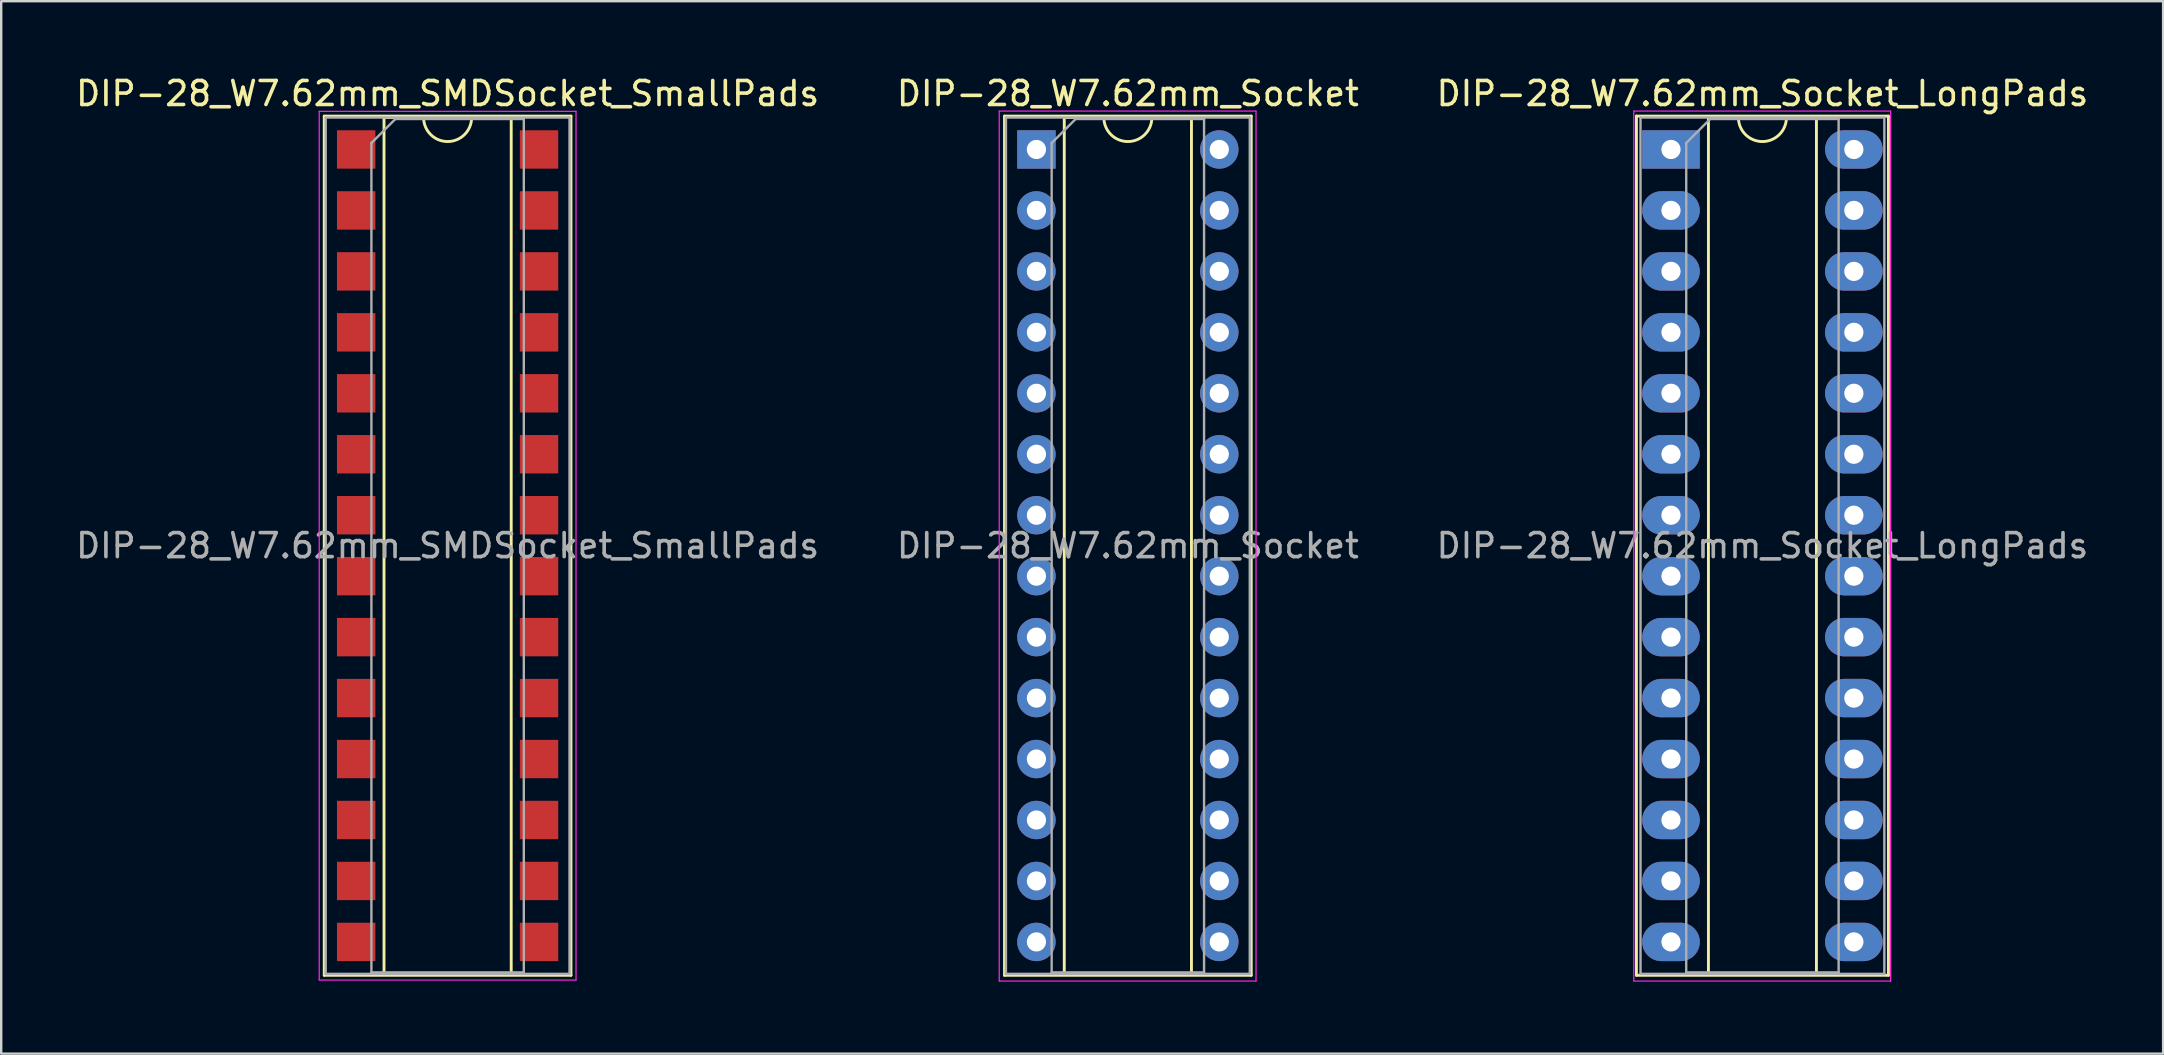
<source format=kicad_pcb>
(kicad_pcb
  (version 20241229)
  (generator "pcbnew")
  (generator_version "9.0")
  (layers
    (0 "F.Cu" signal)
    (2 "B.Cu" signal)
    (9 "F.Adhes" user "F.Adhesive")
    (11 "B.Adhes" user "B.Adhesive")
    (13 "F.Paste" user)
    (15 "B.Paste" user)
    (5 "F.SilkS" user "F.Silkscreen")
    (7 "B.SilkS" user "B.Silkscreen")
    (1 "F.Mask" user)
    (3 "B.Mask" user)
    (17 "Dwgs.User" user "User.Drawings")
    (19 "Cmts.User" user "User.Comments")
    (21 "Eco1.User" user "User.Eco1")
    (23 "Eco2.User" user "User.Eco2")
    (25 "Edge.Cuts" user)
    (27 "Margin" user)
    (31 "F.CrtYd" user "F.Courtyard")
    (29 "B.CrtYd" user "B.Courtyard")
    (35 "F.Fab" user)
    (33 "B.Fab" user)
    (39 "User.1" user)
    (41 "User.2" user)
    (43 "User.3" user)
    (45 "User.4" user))
  (footprint "DIP-28_W7.62mm_Socket"
    (layer "F.Cu")
    (at 40.136 3.178)
    (property "Reference" "DIP-28_W7.62mm_Socket" (at 3.81 -2.33 0) (layer "F.SilkS") (effects (font (size 1 1) (thickness 0.15))))
    (attr through_hole)
    (fp_line (start -1.33 -1.39) (end -1.33 34.41) (stroke (width 0.12) (type solid)) (layer "F.SilkS"))
    (fp_line (start -1.33 34.41) (end 8.95 34.41) (stroke (width 0.12) (type solid)) (layer "F.SilkS"))
    (fp_line (start 1.16 -1.33) (end 1.16 34.35) (stroke (width 0.12) (type solid)) (layer "F.SilkS"))
    (fp_line (start 1.16 34.35) (end 6.46 34.35) (stroke (width 0.12) (type solid)) (layer "F.SilkS"))
    (fp_line (start 2.81 -1.33) (end 1.16 -1.33) (stroke (width 0.12) (type solid)) (layer "F.SilkS"))
    (fp_line (start 6.46 -1.33) (end 4.81 -1.33) (stroke (width 0.12) (type solid)) (layer "F.SilkS"))
    (fp_line (start 6.46 34.35) (end 6.46 -1.33) (stroke (width 0.12) (type solid)) (layer "F.SilkS"))
    (fp_line (start 8.95 -1.39) (end -1.33 -1.39) (stroke (width 0.12) (type solid)) (layer "F.SilkS"))
    (fp_line (start 8.95 34.41) (end 8.95 -1.39) (stroke (width 0.12) (type solid)) (layer "F.SilkS"))
    (fp_arc (start 4.81 -1.33) (mid 3.81 -0.33) (end 2.81 -1.33) (stroke (width 0.12) (type solid)) (layer "F.SilkS"))
    (fp_line (start -1.55 -1.6) (end -1.55 34.65) (stroke (width 0.05) (type solid)) (layer "F.CrtYd"))
    (fp_line (start -1.55 34.65) (end 9.15 34.65) (stroke (width 0.05) (type solid)) (layer "F.CrtYd"))
    (fp_line (start 9.15 -1.6) (end -1.55 -1.6) (stroke (width 0.05) (type solid)) (layer "F.CrtYd"))
    (fp_line (start 9.15 34.65) (end 9.15 -1.6) (stroke (width 0.05) (type solid)) (layer "F.CrtYd"))
    (fp_line (start -1.27 -1.33) (end -1.27 34.35) (stroke (width 0.1) (type solid)) (layer "F.Fab"))
    (fp_line (start -1.27 34.35) (end 8.89 34.35) (stroke (width 0.1) (type solid)) (layer "F.Fab"))
    (fp_line (start 0.635 -0.27) (end 1.635 -1.27) (stroke (width 0.1) (type solid)) (layer "F.Fab"))
    (fp_line (start 0.635 34.29) (end 0.635 -0.27) (stroke (width 0.1) (type solid)) (layer "F.Fab"))
    (fp_line (start 1.635 -1.27) (end 6.985 -1.27) (stroke (width 0.1) (type solid)) (layer "F.Fab"))
    (fp_line (start 6.985 -1.27) (end 6.985 34.29) (stroke (width 0.1) (type solid)) (layer "F.Fab"))
    (fp_line (start 6.985 34.29) (end 0.635 34.29) (stroke (width 0.1) (type solid)) (layer "F.Fab"))
    (fp_line (start 8.89 -1.33) (end -1.27 -1.33) (stroke (width 0.1) (type solid)) (layer "F.Fab"))
    (fp_line (start 8.89 34.35) (end 8.89 -1.33) (stroke (width 0.1) (type solid)) (layer "F.Fab"))
    (fp_text user "${REFERENCE}" (at 3.81 16.51 0) (layer "F.Fab") (effects (font (size 1 1) (thickness 0.15))))
    (pad "1" thru_hole rect (at 0 0) (size 1.6 1.6) (drill 0.8) (layers "*.Cu" "*.Mask"))
    (pad "2" thru_hole oval (at 0 2.54) (size 1.6 1.6) (drill 0.8) (layers "*.Cu" "*.Mask"))
    (pad "3" thru_hole oval (at 0 5.08) (size 1.6 1.6) (drill 0.8) (layers "*.Cu" "*.Mask"))
    (pad "4" thru_hole oval (at 0 7.62) (size 1.6 1.6) (drill 0.8) (layers "*.Cu" "*.Mask"))
    (pad "5" thru_hole oval (at 0 10.16) (size 1.6 1.6) (drill 0.8) (layers "*.Cu" "*.Mask"))
    (pad "6" thru_hole oval (at 0 12.7) (size 1.6 1.6) (drill 0.8) (layers "*.Cu" "*.Mask"))
    (pad "7" thru_hole oval (at 0 15.24) (size 1.6 1.6) (drill 0.8) (layers "*.Cu" "*.Mask"))
    (pad "8" thru_hole oval (at 0 17.78) (size 1.6 1.6) (drill 0.8) (layers "*.Cu" "*.Mask"))
    (pad "9" thru_hole oval (at 0 20.32) (size 1.6 1.6) (drill 0.8) (layers "*.Cu" "*.Mask"))
    (pad "10" thru_hole oval (at 0 22.86) (size 1.6 1.6) (drill 0.8) (layers "*.Cu" "*.Mask"))
    (pad "11" thru_hole oval (at 0 25.4) (size 1.6 1.6) (drill 0.8) (layers "*.Cu" "*.Mask"))
    (pad "12" thru_hole oval (at 0 27.94) (size 1.6 1.6) (drill 0.8) (layers "*.Cu" "*.Mask"))
    (pad "13" thru_hole oval (at 0 30.48) (size 1.6 1.6) (drill 0.8) (layers "*.Cu" "*.Mask"))
    (pad "14" thru_hole oval (at 0 33.02) (size 1.6 1.6) (drill 0.8) (layers "*.Cu" "*.Mask"))
    (pad "15" thru_hole oval (at 7.62 33.02) (size 1.6 1.6) (drill 0.8) (layers "*.Cu" "*.Mask"))
    (pad "16" thru_hole oval (at 7.62 30.48) (size 1.6 1.6) (drill 0.8) (layers "*.Cu" "*.Mask"))
    (pad "17" thru_hole oval (at 7.62 27.94) (size 1.6 1.6) (drill 0.8) (layers "*.Cu" "*.Mask"))
    (pad "18" thru_hole oval (at 7.62 25.4) (size 1.6 1.6) (drill 0.8) (layers "*.Cu" "*.Mask"))
    (pad "19" thru_hole oval (at 7.62 22.86) (size 1.6 1.6) (drill 0.8) (layers "*.Cu" "*.Mask"))
    (pad "20" thru_hole oval (at 7.62 20.32) (size 1.6 1.6) (drill 0.8) (layers "*.Cu" "*.Mask"))
    (pad "21" thru_hole oval (at 7.62 17.78) (size 1.6 1.6) (drill 0.8) (layers "*.Cu" "*.Mask"))
    (pad "22" thru_hole oval (at 7.62 15.24) (size 1.6 1.6) (drill 0.8) (layers "*.Cu" "*.Mask"))
    (pad "23" thru_hole oval (at 7.62 12.7) (size 1.6 1.6) (drill 0.8) (layers "*.Cu" "*.Mask"))
    (pad "24" thru_hole oval (at 7.62 10.16) (size 1.6 1.6) (drill 0.8) (layers "*.Cu" "*.Mask"))
    (pad "25" thru_hole oval (at 7.62 7.62) (size 1.6 1.6) (drill 0.8) (layers "*.Cu" "*.Mask"))
    (pad "26" thru_hole oval (at 7.62 5.08) (size 1.6 1.6) (drill 0.8) (layers "*.Cu" "*.Mask"))
    (pad "27" thru_hole oval (at 7.62 2.54) (size 1.6 1.6) (drill 0.8) (layers "*.Cu" "*.Mask"))
    (pad "28" thru_hole oval (at 7.62 0) (size 1.6 1.6) (drill 0.8) (layers "*.Cu" "*.Mask")))
  (footprint "DIP-28_W7.62mm_Socket_LongPads"
    (layer "F.Cu")
    (at 66.577 3.178)
    (property "Reference" "DIP-28_W7.62mm_Socket_LongPads" (at 3.81 -2.33 0) (layer "F.SilkS") (effects (font (size 1 1) (thickness 0.15))))
    (attr through_hole)
    (fp_line (start -1.44 -1.39) (end -1.44 34.41) (stroke (width 0.12) (type solid)) (layer "F.SilkS"))
    (fp_line (start -1.44 34.41) (end 9.06 34.41) (stroke (width 0.12) (type solid)) (layer "F.SilkS"))
    (fp_line (start 1.56 -1.33) (end 1.56 34.35) (stroke (width 0.12) (type solid)) (layer "F.SilkS"))
    (fp_line (start 1.56 34.35) (end 6.06 34.35) (stroke (width 0.12) (type solid)) (layer "F.SilkS"))
    (fp_line (start 2.81 -1.33) (end 1.56 -1.33) (stroke (width 0.12) (type solid)) (layer "F.SilkS"))
    (fp_line (start 6.06 -1.33) (end 4.81 -1.33) (stroke (width 0.12) (type solid)) (layer "F.SilkS"))
    (fp_line (start 6.06 34.35) (end 6.06 -1.33) (stroke (width 0.12) (type solid)) (layer "F.SilkS"))
    (fp_line (start 9.06 -1.39) (end -1.44 -1.39) (stroke (width 0.12) (type solid)) (layer "F.SilkS"))
    (fp_line (start 9.06 34.41) (end 9.06 -1.39) (stroke (width 0.12) (type solid)) (layer "F.SilkS"))
    (fp_arc (start 4.81 -1.33) (mid 3.81 -0.33) (end 2.81 -1.33) (stroke (width 0.12) (type solid)) (layer "F.SilkS"))
    (fp_line (start -1.55 -1.6) (end -1.55 34.65) (stroke (width 0.05) (type solid)) (layer "F.CrtYd"))
    (fp_line (start -1.55 34.65) (end 9.15 34.65) (stroke (width 0.05) (type solid)) (layer "F.CrtYd"))
    (fp_line (start 9.15 -1.6) (end -1.55 -1.6) (stroke (width 0.05) (type solid)) (layer "F.CrtYd"))
    (fp_line (start 9.15 34.65) (end 9.15 -1.6) (stroke (width 0.05) (type solid)) (layer "F.CrtYd"))
    (fp_line (start -1.27 -1.33) (end -1.27 34.35) (stroke (width 0.1) (type solid)) (layer "F.Fab"))
    (fp_line (start -1.27 34.35) (end 8.89 34.35) (stroke (width 0.1) (type solid)) (layer "F.Fab"))
    (fp_line (start 0.635 -0.27) (end 1.635 -1.27) (stroke (width 0.1) (type solid)) (layer "F.Fab"))
    (fp_line (start 0.635 34.29) (end 0.635 -0.27) (stroke (width 0.1) (type solid)) (layer "F.Fab"))
    (fp_line (start 1.635 -1.27) (end 6.985 -1.27) (stroke (width 0.1) (type solid)) (layer "F.Fab"))
    (fp_line (start 6.985 -1.27) (end 6.985 34.29) (stroke (width 0.1) (type solid)) (layer "F.Fab"))
    (fp_line (start 6.985 34.29) (end 0.635 34.29) (stroke (width 0.1) (type solid)) (layer "F.Fab"))
    (fp_line (start 8.89 -1.33) (end -1.27 -1.33) (stroke (width 0.1) (type solid)) (layer "F.Fab"))
    (fp_line (start 8.89 34.35) (end 8.89 -1.33) (stroke (width 0.1) (type solid)) (layer "F.Fab"))
    (fp_text user "${REFERENCE}" (at 3.81 16.51 0) (layer "F.Fab") (effects (font (size 1 1) (thickness 0.15))))
    (pad "1" thru_hole rect (at 0 0) (size 2.4 1.6) (drill 0.8) (layers "*.Cu" "*.Mask"))
    (pad "2" thru_hole oval (at 0 2.54) (size 2.4 1.6) (drill 0.8) (layers "*.Cu" "*.Mask"))
    (pad "3" thru_hole oval (at 0 5.08) (size 2.4 1.6) (drill 0.8) (layers "*.Cu" "*.Mask"))
    (pad "4" thru_hole oval (at 0 7.62) (size 2.4 1.6) (drill 0.8) (layers "*.Cu" "*.Mask"))
    (pad "5" thru_hole oval (at 0 10.16) (size 2.4 1.6) (drill 0.8) (layers "*.Cu" "*.Mask"))
    (pad "6" thru_hole oval (at 0 12.7) (size 2.4 1.6) (drill 0.8) (layers "*.Cu" "*.Mask"))
    (pad "7" thru_hole oval (at 0 15.24) (size 2.4 1.6) (drill 0.8) (layers "*.Cu" "*.Mask"))
    (pad "8" thru_hole oval (at 0 17.78) (size 2.4 1.6) (drill 0.8) (layers "*.Cu" "*.Mask"))
    (pad "9" thru_hole oval (at 0 20.32) (size 2.4 1.6) (drill 0.8) (layers "*.Cu" "*.Mask"))
    (pad "10" thru_hole oval (at 0 22.86) (size 2.4 1.6) (drill 0.8) (layers "*.Cu" "*.Mask"))
    (pad "11" thru_hole oval (at 0 25.4) (size 2.4 1.6) (drill 0.8) (layers "*.Cu" "*.Mask"))
    (pad "12" thru_hole oval (at 0 27.94) (size 2.4 1.6) (drill 0.8) (layers "*.Cu" "*.Mask"))
    (pad "13" thru_hole oval (at 0 30.48) (size 2.4 1.6) (drill 0.8) (layers "*.Cu" "*.Mask"))
    (pad "14" thru_hole oval (at 0 33.02) (size 2.4 1.6) (drill 0.8) (layers "*.Cu" "*.Mask"))
    (pad "15" thru_hole oval (at 7.62 33.02) (size 2.4 1.6) (drill 0.8) (layers "*.Cu" "*.Mask"))
    (pad "16" thru_hole oval (at 7.62 30.48) (size 2.4 1.6) (drill 0.8) (layers "*.Cu" "*.Mask"))
    (pad "17" thru_hole oval (at 7.62 27.94) (size 2.4 1.6) (drill 0.8) (layers "*.Cu" "*.Mask"))
    (pad "18" thru_hole oval (at 7.62 25.4) (size 2.4 1.6) (drill 0.8) (layers "*.Cu" "*.Mask"))
    (pad "19" thru_hole oval (at 7.62 22.86) (size 2.4 1.6) (drill 0.8) (layers "*.Cu" "*.Mask"))
    (pad "20" thru_hole oval (at 7.62 20.32) (size 2.4 1.6) (drill 0.8) (layers "*.Cu" "*.Mask"))
    (pad "21" thru_hole oval (at 7.62 17.78) (size 2.4 1.6) (drill 0.8) (layers "*.Cu" "*.Mask"))
    (pad "22" thru_hole oval (at 7.62 15.24) (size 2.4 1.6) (drill 0.8) (layers "*.Cu" "*.Mask"))
    (pad "23" thru_hole oval (at 7.62 12.7) (size 2.4 1.6) (drill 0.8) (layers "*.Cu" "*.Mask"))
    (pad "24" thru_hole oval (at 7.62 10.16) (size 2.4 1.6) (drill 0.8) (layers "*.Cu" "*.Mask"))
    (pad "25" thru_hole oval (at 7.62 7.62) (size 2.4 1.6) (drill 0.8) (layers "*.Cu" "*.Mask"))
    (pad "26" thru_hole oval (at 7.62 5.08) (size 2.4 1.6) (drill 0.8) (layers "*.Cu" "*.Mask"))
    (pad "27" thru_hole oval (at 7.62 2.54) (size 2.4 1.6) (drill 0.8) (layers "*.Cu" "*.Mask"))
    (pad "28" thru_hole oval (at 7.62 0) (size 2.4 1.6) (drill 0.8) (layers "*.Cu" "*.Mask")))
  (footprint "DIP-28_W7.62mm_SMDSocket_SmallPads"
    (layer "F.Cu")
    (at 15.601 19.688)
    (property "Reference" "DIP-28_W7.62mm_SMDSocket_SmallPads" (at 0 -18.84 0) (layer "F.SilkS") (effects (font (size 1 1) (thickness 0.15))))
    (attr smd)
    (fp_line (start -5.14 -17.9) (end -5.14 17.9) (stroke (width 0.12) (type solid)) (layer "F.SilkS"))
    (fp_line (start -5.14 17.9) (end 5.14 17.9) (stroke (width 0.12) (type solid)) (layer "F.SilkS"))
    (fp_line (start -2.65 -17.84) (end -2.65 17.84) (stroke (width 0.12) (type solid)) (layer "F.SilkS"))
    (fp_line (start -2.65 17.84) (end 2.65 17.84) (stroke (width 0.12) (type solid)) (layer "F.SilkS"))
    (fp_line (start -1 -17.84) (end -2.65 -17.84) (stroke (width 0.12) (type solid)) (layer "F.SilkS"))
    (fp_line (start 2.65 -17.84) (end 1 -17.84) (stroke (width 0.12) (type solid)) (layer "F.SilkS"))
    (fp_line (start 2.65 17.84) (end 2.65 -17.84) (stroke (width 0.12) (type solid)) (layer "F.SilkS"))
    (fp_line (start 5.14 -17.9) (end -5.14 -17.9) (stroke (width 0.12) (type solid)) (layer "F.SilkS"))
    (fp_line (start 5.14 17.9) (end 5.14 -17.9) (stroke (width 0.12) (type solid)) (layer "F.SilkS"))
    (fp_arc (start 1 -17.84) (mid 0 -16.84) (end -1 -17.84) (stroke (width 0.12) (type solid)) (layer "F.SilkS"))
    (fp_line (start -5.35 -18.1) (end -5.35 18.1) (stroke (width 0.05) (type solid)) (layer "F.CrtYd"))
    (fp_line (start -5.35 18.1) (end 5.35 18.1) (stroke (width 0.05) (type solid)) (layer "F.CrtYd"))
    (fp_line (start 5.35 -18.1) (end -5.35 -18.1) (stroke (width 0.05) (type solid)) (layer "F.CrtYd"))
    (fp_line (start 5.35 18.1) (end 5.35 -18.1) (stroke (width 0.05) (type solid)) (layer "F.CrtYd"))
    (fp_line (start -5.08 -17.84) (end -5.08 17.84) (stroke (width 0.1) (type solid)) (layer "F.Fab"))
    (fp_line (start -5.08 17.84) (end 5.08 17.84) (stroke (width 0.1) (type solid)) (layer "F.Fab"))
    (fp_line (start -3.175 -16.78) (end -2.175 -17.78) (stroke (width 0.1) (type solid)) (layer "F.Fab"))
    (fp_line (start -3.175 17.78) (end -3.175 -16.78) (stroke (width 0.1) (type solid)) (layer "F.Fab"))
    (fp_line (start -2.175 -17.78) (end 3.175 -17.78) (stroke (width 0.1) (type solid)) (layer "F.Fab"))
    (fp_line (start 3.175 -17.78) (end 3.175 17.78) (stroke (width 0.1) (type solid)) (layer "F.Fab"))
    (fp_line (start 3.175 17.78) (end -3.175 17.78) (stroke (width 0.1) (type solid)) (layer "F.Fab"))
    (fp_line (start 5.08 -17.84) (end -5.08 -17.84) (stroke (width 0.1) (type solid)) (layer "F.Fab"))
    (fp_line (start 5.08 17.84) (end 5.08 -17.84) (stroke (width 0.1) (type solid)) (layer "F.Fab"))
    (fp_text user "${REFERENCE}" (at 0 0 0) (layer "F.Fab") (effects (font (size 1 1) (thickness 0.15))))
    (pad "1" smd rect (at -3.81 -16.51) (size 1.6 1.6) (layers "F.Cu" "F.Mask" "F.Paste"))
    (pad "2" smd rect (at -3.81 -13.97) (size 1.6 1.6) (layers "F.Cu" "F.Mask" "F.Paste"))
    (pad "3" smd rect (at -3.81 -11.43) (size 1.6 1.6) (layers "F.Cu" "F.Mask" "F.Paste"))
    (pad "4" smd rect (at -3.81 -8.89) (size 1.6 1.6) (layers "F.Cu" "F.Mask" "F.Paste"))
    (pad "5" smd rect (at -3.81 -6.35) (size 1.6 1.6) (layers "F.Cu" "F.Mask" "F.Paste"))
    (pad "6" smd rect (at -3.81 -3.81) (size 1.6 1.6) (layers "F.Cu" "F.Mask" "F.Paste"))
    (pad "7" smd rect (at -3.81 -1.27) (size 1.6 1.6) (layers "F.Cu" "F.Mask" "F.Paste"))
    (pad "8" smd rect (at -3.81 1.27) (size 1.6 1.6) (layers "F.Cu" "F.Mask" "F.Paste"))
    (pad "9" smd rect (at -3.81 3.81) (size 1.6 1.6) (layers "F.Cu" "F.Mask" "F.Paste"))
    (pad "10" smd rect (at -3.81 6.35) (size 1.6 1.6) (layers "F.Cu" "F.Mask" "F.Paste"))
    (pad "11" smd rect (at -3.81 8.89) (size 1.6 1.6) (layers "F.Cu" "F.Mask" "F.Paste"))
    (pad "12" smd rect (at -3.81 11.43) (size 1.6 1.6) (layers "F.Cu" "F.Mask" "F.Paste"))
    (pad "13" smd rect (at -3.81 13.97) (size 1.6 1.6) (layers "F.Cu" "F.Mask" "F.Paste"))
    (pad "14" smd rect (at -3.81 16.51) (size 1.6 1.6) (layers "F.Cu" "F.Mask" "F.Paste"))
    (pad "15" smd rect (at 3.81 16.51) (size 1.6 1.6) (layers "F.Cu" "F.Mask" "F.Paste"))
    (pad "16" smd rect (at 3.81 13.97) (size 1.6 1.6) (layers "F.Cu" "F.Mask" "F.Paste"))
    (pad "17" smd rect (at 3.81 11.43) (size 1.6 1.6) (layers "F.Cu" "F.Mask" "F.Paste"))
    (pad "18" smd rect (at 3.81 8.89) (size 1.6 1.6) (layers "F.Cu" "F.Mask" "F.Paste"))
    (pad "19" smd rect (at 3.81 6.35) (size 1.6 1.6) (layers "F.Cu" "F.Mask" "F.Paste"))
    (pad "20" smd rect (at 3.81 3.81) (size 1.6 1.6) (layers "F.Cu" "F.Mask" "F.Paste"))
    (pad "21" smd rect (at 3.81 1.27) (size 1.6 1.6) (layers "F.Cu" "F.Mask" "F.Paste"))
    (pad "22" smd rect (at 3.81 -1.27) (size 1.6 1.6) (layers "F.Cu" "F.Mask" "F.Paste"))
    (pad "23" smd rect (at 3.81 -3.81) (size 1.6 1.6) (layers "F.Cu" "F.Mask" "F.Paste"))
    (pad "24" smd rect (at 3.81 -6.35) (size 1.6 1.6) (layers "F.Cu" "F.Mask" "F.Paste"))
    (pad "25" smd rect (at 3.81 -8.89) (size 1.6 1.6) (layers "F.Cu" "F.Mask" "F.Paste"))
    (pad "26" smd rect (at 3.81 -11.43) (size 1.6 1.6) (layers "F.Cu" "F.Mask" "F.Paste"))
    (pad "27" smd rect (at 3.81 -13.97) (size 1.6 1.6) (layers "F.Cu" "F.Mask" "F.Paste"))
    (pad "28" smd rect (at 3.81 -16.51) (size 1.6 1.6) (layers "F.Cu" "F.Mask" "F.Paste")))
  (gr_rect
    (start -3 -3)
    (end 87.083 40.853)
    (stroke (width 0.1) (type default))
    (fill no)
    (layer "Edge.Cuts")))
</source>
